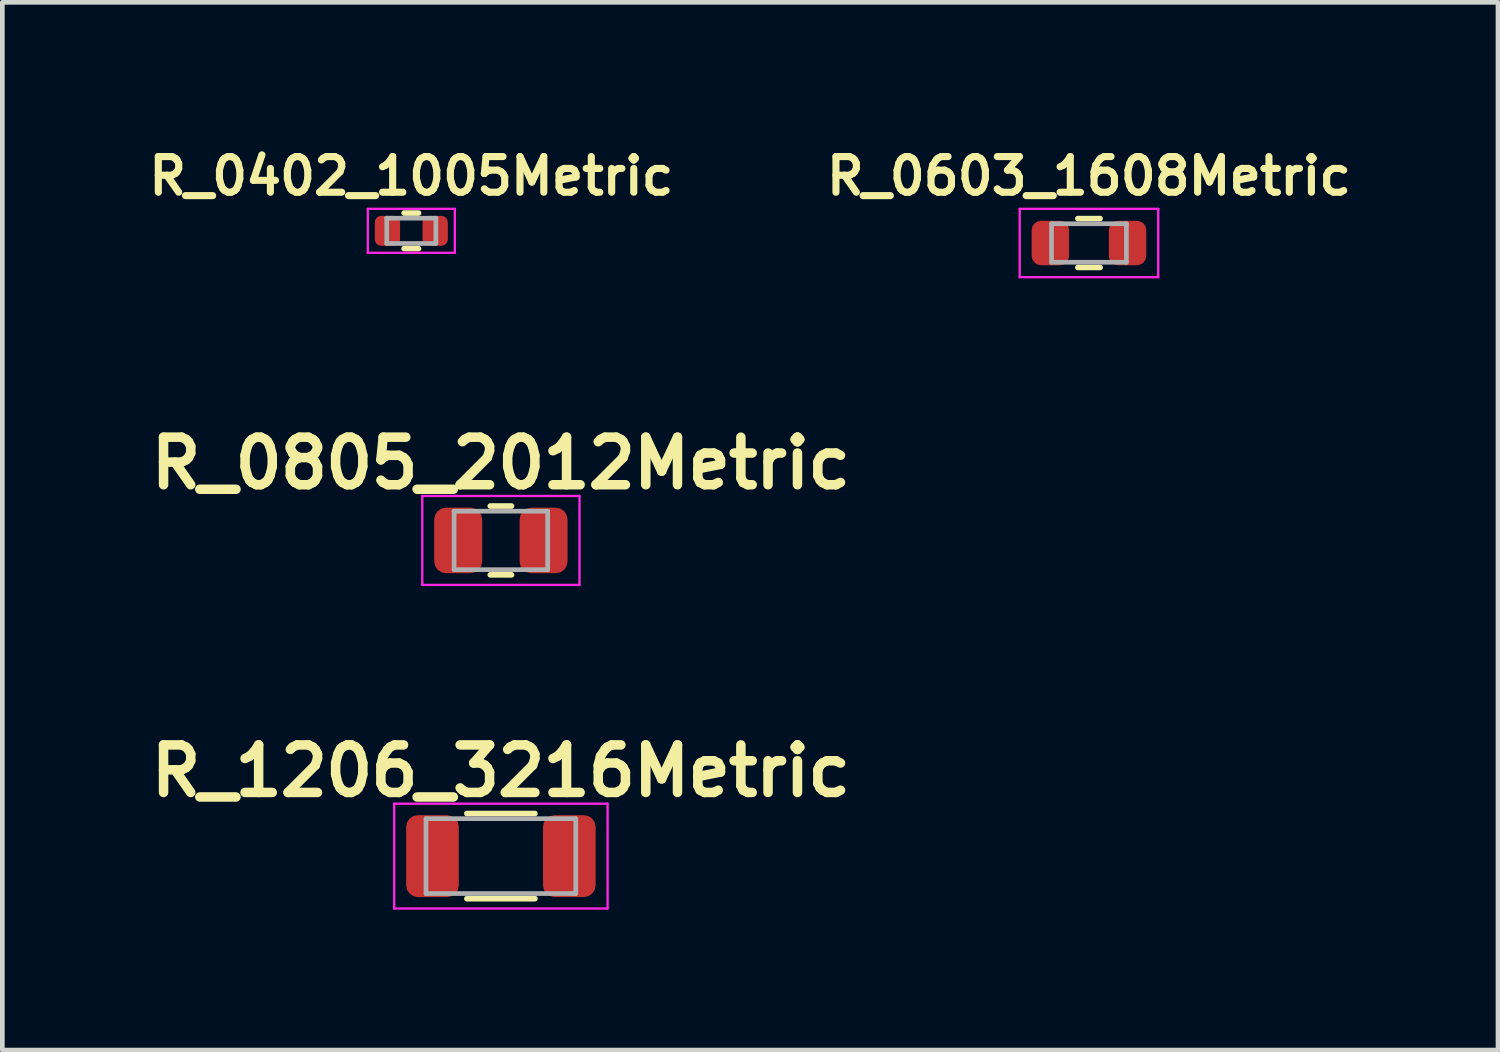
<source format=kicad_pcb>
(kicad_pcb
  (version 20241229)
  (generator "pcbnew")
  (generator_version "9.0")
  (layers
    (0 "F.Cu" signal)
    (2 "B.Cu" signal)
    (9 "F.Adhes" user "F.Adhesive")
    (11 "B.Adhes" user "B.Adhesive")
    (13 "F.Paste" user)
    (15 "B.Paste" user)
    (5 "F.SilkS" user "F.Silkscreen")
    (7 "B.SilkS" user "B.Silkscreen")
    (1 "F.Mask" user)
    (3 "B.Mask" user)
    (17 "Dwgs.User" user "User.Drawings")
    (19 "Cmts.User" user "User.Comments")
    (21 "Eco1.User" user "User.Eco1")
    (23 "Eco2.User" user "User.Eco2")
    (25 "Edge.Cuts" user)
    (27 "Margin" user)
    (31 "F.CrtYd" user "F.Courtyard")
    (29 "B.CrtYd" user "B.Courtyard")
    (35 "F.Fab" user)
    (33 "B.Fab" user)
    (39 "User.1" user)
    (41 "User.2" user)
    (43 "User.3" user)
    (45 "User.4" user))
  (footprint "R_0402_1005Metric"
    (layer "F.Cu")
    (at 5.74 1.883)
    (property "Reference" "R_0402_1005Metric" (at 0 -1.17 0) (layer "F.SilkS") (effects (font (size 0.762 0.762) (thickness 0.152) (bold yes))))
    (attr smd)
    (fp_line (start -0.154 -0.38) (end 0.154 -0.38) (stroke (width 0.12) (type solid)) (layer "F.SilkS"))
    (fp_line (start -0.154 0.38) (end 0.154 0.38) (stroke (width 0.12) (type solid)) (layer "F.SilkS"))
    (fp_line (start -0.93 -0.47) (end 0.93 -0.47) (stroke (width 0.05) (type solid)) (layer "F.CrtYd"))
    (fp_line (start -0.93 0.47) (end -0.93 -0.47) (stroke (width 0.05) (type solid)) (layer "F.CrtYd"))
    (fp_line (start 0.93 -0.47) (end 0.93 0.47) (stroke (width 0.05) (type solid)) (layer "F.CrtYd"))
    (fp_line (start 0.93 0.47) (end -0.93 0.47) (stroke (width 0.05) (type solid)) (layer "F.CrtYd"))
    (fp_line (start -0.525 -0.27) (end 0.525 -0.27) (stroke (width 0.1) (type solid)) (layer "F.Fab"))
    (fp_line (start -0.525 0.27) (end -0.525 -0.27) (stroke (width 0.1) (type solid)) (layer "F.Fab"))
    (fp_line (start 0.525 -0.27) (end 0.525 0.27) (stroke (width 0.1) (type solid)) (layer "F.Fab"))
    (fp_line (start 0.525 0.27) (end -0.525 0.27) (stroke (width 0.1) (type solid)) (layer "F.Fab"))
    (pad "1" smd roundrect (at -0.51 0) (size 0.54 0.64) (layers "F.Cu" "F.Mask" "F.Paste") (roundrect_rratio 0.25))
    (pad "2" smd roundrect (at 0.51 0) (size 0.54 0.64) (layers "F.Cu" "F.Mask" "F.Paste") (roundrect_rratio 0.25)))
  (footprint "R_1206_3216Metric"
    (layer "F.Cu")
    (at 7.654 15.245)
    (property "Reference" "R_1206_3216Metric" (at 0 -1.82 0) (layer "F.SilkS") (effects (font (size 1.016 1.016) (thickness 0.203))))
    (attr smd)
    (fp_line (start -0.727 -0.91) (end 0.727 -0.91) (stroke (width 0.12) (type solid)) (layer "F.SilkS"))
    (fp_line (start -0.727 0.91) (end 0.727 0.91) (stroke (width 0.12) (type solid)) (layer "F.SilkS"))
    (fp_line (start -2.28 -1.12) (end 2.28 -1.12) (stroke (width 0.05) (type solid)) (layer "F.CrtYd"))
    (fp_line (start -2.28 1.12) (end -2.28 -1.12) (stroke (width 0.05) (type solid)) (layer "F.CrtYd"))
    (fp_line (start 2.28 -1.12) (end 2.28 1.12) (stroke (width 0.05) (type solid)) (layer "F.CrtYd"))
    (fp_line (start 2.28 1.12) (end -2.28 1.12) (stroke (width 0.05) (type solid)) (layer "F.CrtYd"))
    (fp_line (start -1.6 -0.8) (end 1.6 -0.8) (stroke (width 0.1) (type solid)) (layer "F.Fab"))
    (fp_line (start -1.6 0.8) (end -1.6 -0.8) (stroke (width 0.1) (type solid)) (layer "F.Fab"))
    (fp_line (start 1.6 -0.8) (end 1.6 0.8) (stroke (width 0.1) (type solid)) (layer "F.Fab"))
    (fp_line (start 1.6 0.8) (end -1.6 0.8) (stroke (width 0.1) (type solid)) (layer "F.Fab"))
    (pad "1" smd roundrect (at -1.462 0) (size 1.125 1.75) (layers "F.Cu" "F.Mask" "F.Paste") (roundrect_rratio 0.222))
    (pad "2" smd roundrect (at 1.462 0) (size 1.125 1.75) (layers "F.Cu" "F.Mask" "F.Paste") (roundrect_rratio 0.222)))
  (footprint "R_0805_2012Metric"
    (layer "F.Cu")
    (at 7.654 8.499)
    (property "Reference" "R_0805_2012Metric" (at 0 -1.65 0) (layer "F.SilkS") (effects (font (size 1.016 1.016) (thickness 0.203))))
    (attr smd)
    (fp_line (start -0.227 -0.735) (end 0.227 -0.735) (stroke (width 0.12) (type solid)) (layer "F.SilkS"))
    (fp_line (start -0.227 0.735) (end 0.227 0.735) (stroke (width 0.12) (type solid)) (layer "F.SilkS"))
    (fp_line (start -1.68 -0.95) (end 1.68 -0.95) (stroke (width 0.05) (type solid)) (layer "F.CrtYd"))
    (fp_line (start -1.68 0.95) (end -1.68 -0.95) (stroke (width 0.05) (type solid)) (layer "F.CrtYd"))
    (fp_line (start 1.68 -0.95) (end 1.68 0.95) (stroke (width 0.05) (type solid)) (layer "F.CrtYd"))
    (fp_line (start 1.68 0.95) (end -1.68 0.95) (stroke (width 0.05) (type solid)) (layer "F.CrtYd"))
    (fp_line (start -1 -0.625) (end 1 -0.625) (stroke (width 0.1) (type solid)) (layer "F.Fab"))
    (fp_line (start -1 0.625) (end -1 -0.625) (stroke (width 0.1) (type solid)) (layer "F.Fab"))
    (fp_line (start 1 -0.625) (end 1 0.625) (stroke (width 0.1) (type solid)) (layer "F.Fab"))
    (fp_line (start 1 0.625) (end -1 0.625) (stroke (width 0.1) (type solid)) (layer "F.Fab"))
    (pad "1" smd roundrect (at -0.912 0) (size 1.025 1.4) (layers "F.Cu" "F.Mask" "F.Paste") (roundrect_rratio 0.244))
    (pad "2" smd roundrect (at 0.912 0) (size 1.025 1.4) (layers "F.Cu" "F.Mask" "F.Paste") (roundrect_rratio 0.244)))
  (footprint "R_0603_1608Metric"
    (layer "F.Cu")
    (at 20.221 2.143)
    (property "Reference" "R_0603_1608Metric" (at 0 -1.43 0) (layer "F.SilkS") (effects (font (size 0.762 0.762) (thickness 0.152) (bold yes))))
    (attr smd)
    (fp_line (start -0.237 -0.522) (end 0.237 -0.522) (stroke (width 0.12) (type solid)) (layer "F.SilkS"))
    (fp_line (start -0.237 0.522) (end 0.237 0.522) (stroke (width 0.12) (type solid)) (layer "F.SilkS"))
    (fp_line (start -1.48 -0.73) (end 1.48 -0.73) (stroke (width 0.05) (type solid)) (layer "F.CrtYd"))
    (fp_line (start -1.48 0.73) (end -1.48 -0.73) (stroke (width 0.05) (type solid)) (layer "F.CrtYd"))
    (fp_line (start 1.48 -0.73) (end 1.48 0.73) (stroke (width 0.05) (type solid)) (layer "F.CrtYd"))
    (fp_line (start 1.48 0.73) (end -1.48 0.73) (stroke (width 0.05) (type solid)) (layer "F.CrtYd"))
    (fp_line (start -0.8 -0.412) (end 0.8 -0.412) (stroke (width 0.1) (type solid)) (layer "F.Fab"))
    (fp_line (start -0.8 0.412) (end -0.8 -0.412) (stroke (width 0.1) (type solid)) (layer "F.Fab"))
    (fp_line (start 0.8 -0.412) (end 0.8 0.412) (stroke (width 0.1) (type solid)) (layer "F.Fab"))
    (fp_line (start 0.8 0.412) (end -0.8 0.412) (stroke (width 0.1) (type solid)) (layer "F.Fab"))
    (pad "1" smd roundrect (at -0.825 0) (size 0.8 0.95) (layers "F.Cu" "F.Mask" "F.Paste") (roundrect_rratio 0.25))
    (pad "2" smd roundrect (at 0.825 0) (size 0.8 0.95) (layers "F.Cu" "F.Mask" "F.Paste") (roundrect_rratio 0.25)))
  (gr_rect
    (start -3 -3)
    (end 28.962 19.39)
    (stroke (width 0.1) (type default))
    (fill no)
    (layer "Edge.Cuts")))
</source>
